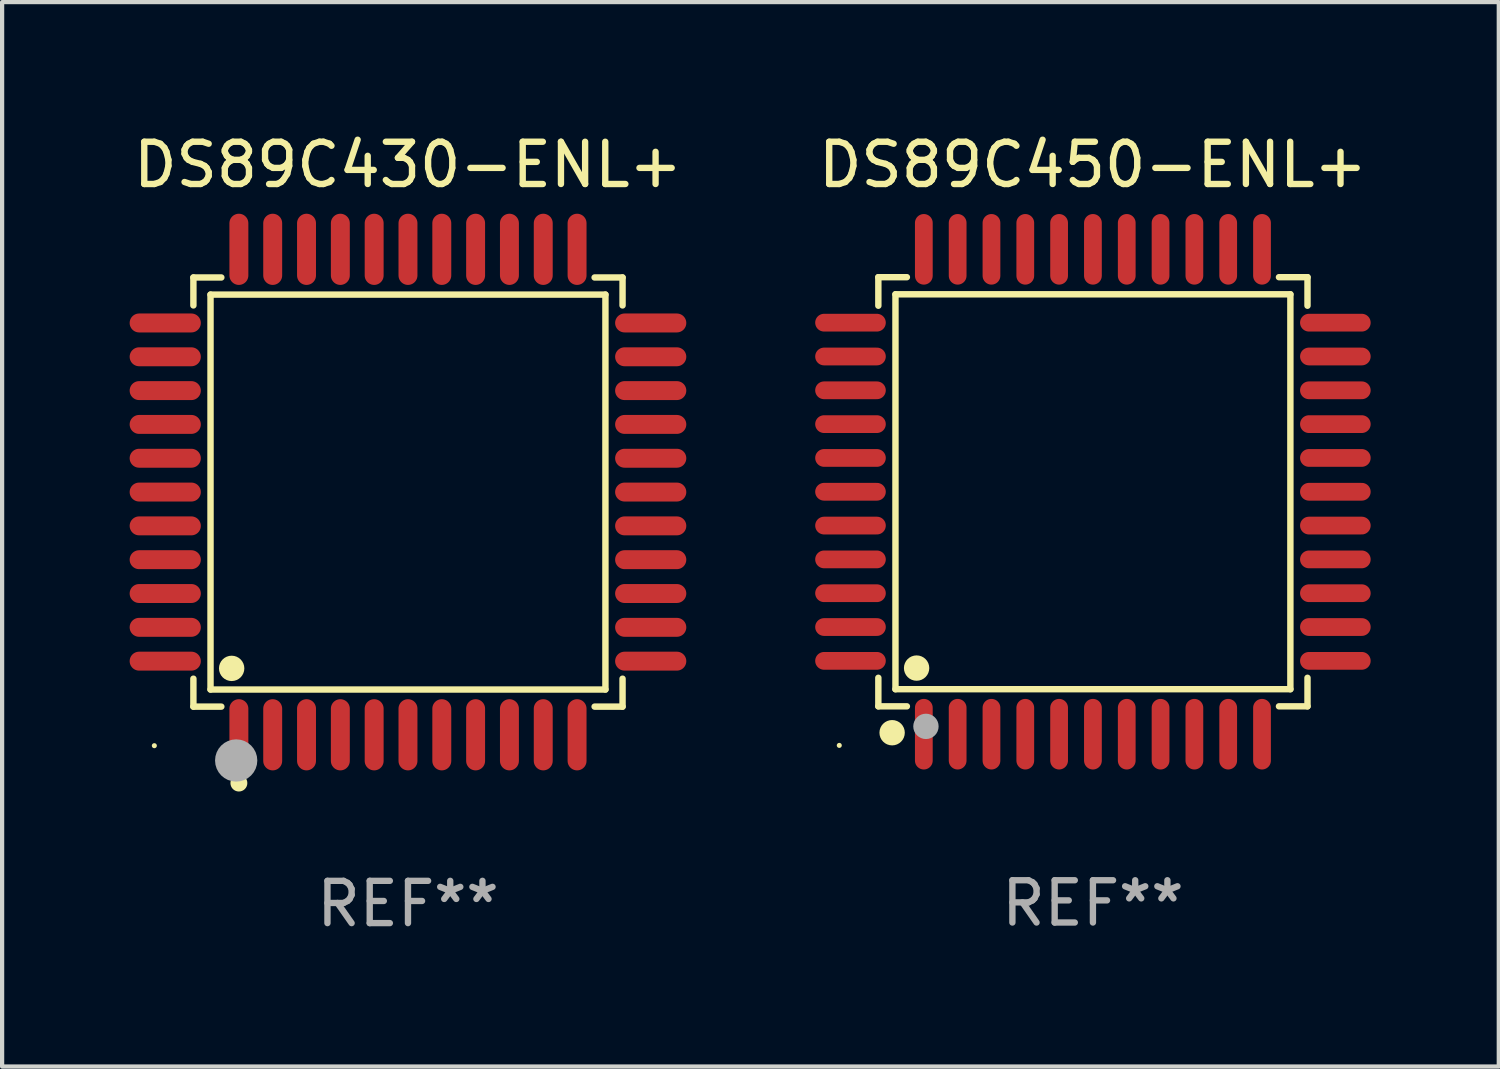
<source format=kicad_pcb>
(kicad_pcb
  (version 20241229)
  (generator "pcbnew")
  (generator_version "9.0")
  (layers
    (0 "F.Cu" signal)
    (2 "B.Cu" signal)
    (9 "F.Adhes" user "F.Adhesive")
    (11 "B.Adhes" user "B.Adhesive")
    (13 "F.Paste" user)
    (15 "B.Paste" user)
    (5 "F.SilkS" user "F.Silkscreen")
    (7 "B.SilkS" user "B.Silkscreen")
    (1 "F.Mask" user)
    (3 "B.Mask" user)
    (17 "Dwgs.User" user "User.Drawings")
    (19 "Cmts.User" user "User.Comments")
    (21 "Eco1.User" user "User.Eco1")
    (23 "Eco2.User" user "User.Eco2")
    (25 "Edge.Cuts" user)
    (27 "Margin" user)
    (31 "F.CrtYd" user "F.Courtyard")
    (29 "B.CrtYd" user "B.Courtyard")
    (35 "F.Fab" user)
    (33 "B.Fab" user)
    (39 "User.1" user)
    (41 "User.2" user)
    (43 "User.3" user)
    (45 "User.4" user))
  (footprint "DS89C430-ENL+"
    (layer "F.Cu")
    (at 6.601 8.59)
    (property "Reference" "DS89C430-ENL+" (at 0 -7.742 0) (layer "F.SilkS") (effects (font (size 1 1) (thickness 0.15))))
    (attr through_hole)
    (fp_line (start -5.076 -5.076) (end -4.415 -5.076) (stroke (width 0.152) (type solid)) (layer "F.SilkS"))
    (fp_line (start -5.076 -4.415) (end -5.076 -5.076) (stroke (width 0.152) (type solid)) (layer "F.SilkS"))
    (fp_line (start -5.076 4.415) (end -5.076 5.076) (stroke (width 0.152) (type solid)) (layer "F.SilkS"))
    (fp_line (start -5.076 5.076) (end -4.415 5.076) (stroke (width 0.152) (type solid)) (layer "F.SilkS"))
    (fp_line (start -4.671 -4.671) (end 4.671 -4.671) (stroke (width 0.152) (type solid)) (layer "F.SilkS"))
    (fp_line (start -4.671 4.671) (end -4.671 -4.671) (stroke (width 0.152) (type solid)) (layer "F.SilkS"))
    (fp_line (start 4.671 -4.671) (end 4.671 4.671) (stroke (width 0.152) (type solid)) (layer "F.SilkS"))
    (fp_line (start 4.671 4.671) (end -4.671 4.671) (stroke (width 0.152) (type solid)) (layer "F.SilkS"))
    (fp_line (start 5.076 -5.076) (end 4.415 -5.076) (stroke (width 0.152) (type solid)) (layer "F.SilkS"))
    (fp_line (start 5.076 -4.415) (end 5.076 -5.076) (stroke (width 0.152) (type solid)) (layer "F.SilkS"))
    (fp_line (start 5.076 4.415) (end 5.076 5.076) (stroke (width 0.152) (type solid)) (layer "F.SilkS"))
    (fp_line (start 5.076 5.076) (end 4.415 5.076) (stroke (width 0.152) (type solid)) (layer "F.SilkS"))
    (fp_circle (center -6 6) (end -5.97 6) (stroke (width 0.06) (type solid)) (fill no) (layer "F.SilkS"))
    (fp_circle (center -4.171 4.171) (end -4.021 4.171) (stroke (width 0.3) (type solid)) (fill no) (layer "F.SilkS"))
    (fp_circle (center -4 6.884) (end -3.9 6.884) (stroke (width 0.2) (type solid)) (fill no) (layer "F.SilkS"))
    (fp_circle (center -4.064 6.35) (end -3.814 6.35) (stroke (width 0.5) (type solid)) (fill no) (layer "F.Fab"))
    (fp_text user "REF**" (at 0 9.742 0) (layer "F.Fab") (effects (font (size 1 1) (thickness 0.15))))
    (pad "1" smd oval (at -4 5.742) (size 0.448 1.684) (layers "F.Cu" "F.Mask" "F.Paste"))
    (pad "2" smd oval (at -3.2 5.742) (size 0.448 1.684) (layers "F.Cu" "F.Mask" "F.Paste"))
    (pad "3" smd oval (at -2.4 5.742) (size 0.448 1.684) (layers "F.Cu" "F.Mask" "F.Paste"))
    (pad "4" smd oval (at -1.6 5.742) (size 0.448 1.684) (layers "F.Cu" "F.Mask" "F.Paste"))
    (pad "5" smd oval (at -0.8 5.742) (size 0.448 1.684) (layers "F.Cu" "F.Mask" "F.Paste"))
    (pad "6" smd oval (at 0 5.742) (size 0.448 1.684) (layers "F.Cu" "F.Mask" "F.Paste"))
    (pad "7" smd oval (at 0.8 5.742) (size 0.448 1.684) (layers "F.Cu" "F.Mask" "F.Paste"))
    (pad "8" smd oval (at 1.6 5.742) (size 0.448 1.684) (layers "F.Cu" "F.Mask" "F.Paste"))
    (pad "9" smd oval (at 2.4 5.742) (size 0.448 1.684) (layers "F.Cu" "F.Mask" "F.Paste"))
    (pad "10" smd oval (at 3.2 5.742) (size 0.448 1.684) (layers "F.Cu" "F.Mask" "F.Paste"))
    (pad "11" smd oval (at 4 5.742) (size 0.448 1.684) (layers "F.Cu" "F.Mask" "F.Paste"))
    (pad "12" smd oval (at 5.742 4) (size 1.684 0.448) (layers "F.Cu" "F.Mask" "F.Paste"))
    (pad "13" smd oval (at 5.742 3.2) (size 1.684 0.448) (layers "F.Cu" "F.Mask" "F.Paste"))
    (pad "14" smd oval (at 5.742 2.4) (size 1.684 0.448) (layers "F.Cu" "F.Mask" "F.Paste"))
    (pad "15" smd oval (at 5.742 1.6) (size 1.684 0.448) (layers "F.Cu" "F.Mask" "F.Paste"))
    (pad "16" smd oval (at 5.742 0.8) (size 1.684 0.448) (layers "F.Cu" "F.Mask" "F.Paste"))
    (pad "17" smd oval (at 5.742 0) (size 1.684 0.448) (layers "F.Cu" "F.Mask" "F.Paste"))
    (pad "18" smd oval (at 5.742 -0.8) (size 1.684 0.448) (layers "F.Cu" "F.Mask" "F.Paste"))
    (pad "19" smd oval (at 5.742 -1.6) (size 1.684 0.448) (layers "F.Cu" "F.Mask" "F.Paste"))
    (pad "20" smd oval (at 5.742 -2.4) (size 1.684 0.448) (layers "F.Cu" "F.Mask" "F.Paste"))
    (pad "21" smd oval (at 5.742 -3.2) (size 1.684 0.448) (layers "F.Cu" "F.Mask" "F.Paste"))
    (pad "22" smd oval (at 5.742 -4) (size 1.684 0.448) (layers "F.Cu" "F.Mask" "F.Paste"))
    (pad "23" smd oval (at 4 -5.742) (size 0.448 1.684) (layers "F.Cu" "F.Mask" "F.Paste"))
    (pad "24" smd oval (at 3.2 -5.742) (size 0.448 1.684) (layers "F.Cu" "F.Mask" "F.Paste"))
    (pad "25" smd oval (at 2.4 -5.742) (size 0.448 1.684) (layers "F.Cu" "F.Mask" "F.Paste"))
    (pad "26" smd oval (at 1.6 -5.742) (size 0.448 1.684) (layers "F.Cu" "F.Mask" "F.Paste"))
    (pad "27" smd oval (at 0.8 -5.742) (size 0.448 1.684) (layers "F.Cu" "F.Mask" "F.Paste"))
    (pad "28" smd oval (at 0 -5.742) (size 0.448 1.684) (layers "F.Cu" "F.Mask" "F.Paste"))
    (pad "29" smd oval (at -0.8 -5.742) (size 0.448 1.684) (layers "F.Cu" "F.Mask" "F.Paste"))
    (pad "30" smd oval (at -1.6 -5.742) (size 0.448 1.684) (layers "F.Cu" "F.Mask" "F.Paste"))
    (pad "31" smd oval (at -2.4 -5.742) (size 0.448 1.684) (layers "F.Cu" "F.Mask" "F.Paste"))
    (pad "32" smd oval (at -3.2 -5.742) (size 0.448 1.684) (layers "F.Cu" "F.Mask" "F.Paste"))
    (pad "33" smd oval (at -4 -5.742) (size 0.448 1.684) (layers "F.Cu" "F.Mask" "F.Paste"))
    (pad "34" smd oval (at -5.742 -4) (size 1.684 0.448) (layers "F.Cu" "F.Mask" "F.Paste"))
    (pad "35" smd oval (at -5.742 -3.2) (size 1.684 0.448) (layers "F.Cu" "F.Mask" "F.Paste"))
    (pad "36" smd oval (at -5.742 -2.4) (size 1.684 0.448) (layers "F.Cu" "F.Mask" "F.Paste"))
    (pad "37" smd oval (at -5.742 -1.6) (size 1.684 0.448) (layers "F.Cu" "F.Mask" "F.Paste"))
    (pad "38" smd oval (at -5.742 -0.8) (size 1.684 0.448) (layers "F.Cu" "F.Mask" "F.Paste"))
    (pad "39" smd oval (at -5.742 0) (size 1.684 0.448) (layers "F.Cu" "F.Mask" "F.Paste"))
    (pad "40" smd oval (at -5.742 0.8) (size 1.684 0.448) (layers "F.Cu" "F.Mask" "F.Paste"))
    (pad "41" smd oval (at -5.742 1.6) (size 1.684 0.448) (layers "F.Cu" "F.Mask" "F.Paste"))
    (pad "42" smd oval (at -5.742 2.4) (size 1.684 0.448) (layers "F.Cu" "F.Mask" "F.Paste"))
    (pad "43" smd oval (at -5.742 3.2) (size 1.684 0.448) (layers "F.Cu" "F.Mask" "F.Paste"))
    (pad "44" smd oval (at -5.742 4) (size 1.684 0.448) (layers "F.Cu" "F.Mask" "F.Paste")))
  (footprint "DS89C450-ENL+"
    (layer "F.Cu")
    (at 22.804 8.583)
    (property "Reference" "DS89C450-ENL+" (at 0 -7.735 0) (layer "F.SilkS") (effects (font (size 1 1) (thickness 0.15))))
    (attr through_hole)
    (fp_line (start -5.076 -5.076) (end -4.401 -5.076) (stroke (width 0.152) (type solid)) (layer "F.SilkS"))
    (fp_line (start -5.076 -4.401) (end -5.076 -5.076) (stroke (width 0.152) (type solid)) (layer "F.SilkS"))
    (fp_line (start -5.076 4.401) (end -5.076 5.076) (stroke (width 0.152) (type solid)) (layer "F.SilkS"))
    (fp_line (start -5.076 5.076) (end -4.401 5.076) (stroke (width 0.152) (type solid)) (layer "F.SilkS"))
    (fp_line (start -4.671 -4.671) (end 4.671 -4.671) (stroke (width 0.152) (type solid)) (layer "F.SilkS"))
    (fp_line (start -4.671 4.671) (end -4.671 -4.671) (stroke (width 0.152) (type solid)) (layer "F.SilkS"))
    (fp_line (start 4.671 -4.671) (end 4.671 4.671) (stroke (width 0.152) (type solid)) (layer "F.SilkS"))
    (fp_line (start 4.671 4.671) (end -4.671 4.671) (stroke (width 0.152) (type solid)) (layer "F.SilkS"))
    (fp_line (start 5.076 -5.076) (end 4.401 -5.076) (stroke (width 0.152) (type solid)) (layer "F.SilkS"))
    (fp_line (start 5.076 -4.401) (end 5.076 -5.076) (stroke (width 0.152) (type solid)) (layer "F.SilkS"))
    (fp_line (start 5.076 4.401) (end 5.076 5.076) (stroke (width 0.152) (type solid)) (layer "F.SilkS"))
    (fp_line (start 5.076 5.076) (end 4.401 5.076) (stroke (width 0.152) (type solid)) (layer "F.SilkS"))
    (fp_circle (center -6 6) (end -5.97 6) (stroke (width 0.06) (type solid)) (fill no) (layer "F.SilkS"))
    (fp_circle (center -4.75 5.7) (end -4.6 5.7) (stroke (width 0.3) (type solid)) (fill no) (layer "F.SilkS"))
    (fp_circle (center -4.171 4.171) (end -4.021 4.171) (stroke (width 0.3) (type solid)) (fill no) (layer "F.SilkS"))
    (fp_circle (center -3.95 5.55) (end -3.8 5.55) (stroke (width 0.3) (type solid)) (fill no) (layer "F.Fab"))
    (fp_text user "REF**" (at 0 9.735 0) (layer "F.Fab") (effects (font (size 1 1) (thickness 0.15))))
    (pad "1" smd oval (at -4 5.735) (size 0.42 1.67) (layers "F.Cu" "F.Mask" "F.Paste"))
    (pad "2" smd oval (at -3.2 5.735) (size 0.42 1.67) (layers "F.Cu" "F.Mask" "F.Paste"))
    (pad "3" smd oval (at -2.4 5.735) (size 0.42 1.67) (layers "F.Cu" "F.Mask" "F.Paste"))
    (pad "4" smd oval (at -1.6 5.735) (size 0.42 1.67) (layers "F.Cu" "F.Mask" "F.Paste"))
    (pad "5" smd oval (at -0.8 5.735) (size 0.42 1.67) (layers "F.Cu" "F.Mask" "F.Paste"))
    (pad "6" smd oval (at 0 5.735) (size 0.42 1.67) (layers "F.Cu" "F.Mask" "F.Paste"))
    (pad "7" smd oval (at 0.8 5.735) (size 0.42 1.67) (layers "F.Cu" "F.Mask" "F.Paste"))
    (pad "8" smd oval (at 1.6 5.735) (size 0.42 1.67) (layers "F.Cu" "F.Mask" "F.Paste"))
    (pad "9" smd oval (at 2.4 5.735) (size 0.42 1.67) (layers "F.Cu" "F.Mask" "F.Paste"))
    (pad "10" smd oval (at 3.2 5.735) (size 0.42 1.67) (layers "F.Cu" "F.Mask" "F.Paste"))
    (pad "11" smd oval (at 4 5.735) (size 0.42 1.67) (layers "F.Cu" "F.Mask" "F.Paste"))
    (pad "12" smd oval (at 5.735 4) (size 1.67 0.42) (layers "F.Cu" "F.Mask" "F.Paste"))
    (pad "13" smd oval (at 5.735 3.2) (size 1.67 0.42) (layers "F.Cu" "F.Mask" "F.Paste"))
    (pad "14" smd oval (at 5.735 2.4) (size 1.67 0.42) (layers "F.Cu" "F.Mask" "F.Paste"))
    (pad "15" smd oval (at 5.735 1.6) (size 1.67 0.42) (layers "F.Cu" "F.Mask" "F.Paste"))
    (pad "16" smd oval (at 5.735 0.8) (size 1.67 0.42) (layers "F.Cu" "F.Mask" "F.Paste"))
    (pad "17" smd oval (at 5.735 0) (size 1.67 0.42) (layers "F.Cu" "F.Mask" "F.Paste"))
    (pad "18" smd oval (at 5.735 -0.8) (size 1.67 0.42) (layers "F.Cu" "F.Mask" "F.Paste"))
    (pad "19" smd oval (at 5.735 -1.6) (size 1.67 0.42) (layers "F.Cu" "F.Mask" "F.Paste"))
    (pad "20" smd oval (at 5.735 -2.4) (size 1.67 0.42) (layers "F.Cu" "F.Mask" "F.Paste"))
    (pad "21" smd oval (at 5.735 -3.2) (size 1.67 0.42) (layers "F.Cu" "F.Mask" "F.Paste"))
    (pad "22" smd oval (at 5.735 -4) (size 1.67 0.42) (layers "F.Cu" "F.Mask" "F.Paste"))
    (pad "23" smd oval (at 4 -5.735) (size 0.42 1.67) (layers "F.Cu" "F.Mask" "F.Paste"))
    (pad "24" smd oval (at 3.2 -5.735) (size 0.42 1.67) (layers "F.Cu" "F.Mask" "F.Paste"))
    (pad "25" smd oval (at 2.4 -5.735) (size 0.42 1.67) (layers "F.Cu" "F.Mask" "F.Paste"))
    (pad "26" smd oval (at 1.6 -5.735) (size 0.42 1.67) (layers "F.Cu" "F.Mask" "F.Paste"))
    (pad "27" smd oval (at 0.8 -5.735) (size 0.42 1.67) (layers "F.Cu" "F.Mask" "F.Paste"))
    (pad "28" smd oval (at 0 -5.735) (size 0.42 1.67) (layers "F.Cu" "F.Mask" "F.Paste"))
    (pad "29" smd oval (at -0.8 -5.735) (size 0.42 1.67) (layers "F.Cu" "F.Mask" "F.Paste"))
    (pad "30" smd oval (at -1.6 -5.735) (size 0.42 1.67) (layers "F.Cu" "F.Mask" "F.Paste"))
    (pad "31" smd oval (at -2.4 -5.735) (size 0.42 1.67) (layers "F.Cu" "F.Mask" "F.Paste"))
    (pad "32" smd oval (at -3.2 -5.735) (size 0.42 1.67) (layers "F.Cu" "F.Mask" "F.Paste"))
    (pad "33" smd oval (at -4 -5.735) (size 0.42 1.67) (layers "F.Cu" "F.Mask" "F.Paste"))
    (pad "34" smd oval (at -5.735 -4) (size 1.67 0.42) (layers "F.Cu" "F.Mask" "F.Paste"))
    (pad "35" smd oval (at -5.735 -3.2) (size 1.67 0.42) (layers "F.Cu" "F.Mask" "F.Paste"))
    (pad "36" smd oval (at -5.735 -2.4) (size 1.67 0.42) (layers "F.Cu" "F.Mask" "F.Paste"))
    (pad "37" smd oval (at -5.735 -1.6) (size 1.67 0.42) (layers "F.Cu" "F.Mask" "F.Paste"))
    (pad "38" smd oval (at -5.735 -0.8) (size 1.67 0.42) (layers "F.Cu" "F.Mask" "F.Paste"))
    (pad "39" smd oval (at -5.735 0) (size 1.67 0.42) (layers "F.Cu" "F.Mask" "F.Paste"))
    (pad "40" smd oval (at -5.735 0.8) (size 1.67 0.42) (layers "F.Cu" "F.Mask" "F.Paste"))
    (pad "41" smd oval (at -5.735 1.6) (size 1.67 0.42) (layers "F.Cu" "F.Mask" "F.Paste"))
    (pad "42" smd oval (at -5.735 2.4) (size 1.67 0.42) (layers "F.Cu" "F.Mask" "F.Paste"))
    (pad "43" smd oval (at -5.735 3.2) (size 1.67 0.42) (layers "F.Cu" "F.Mask" "F.Paste"))
    (pad "44" smd oval (at -5.735 4) (size 1.67 0.42) (layers "F.Cu" "F.Mask" "F.Paste")))
  (gr_rect
    (start -3 -3)
    (end 32.405 22.18)
    (stroke (width 0.1) (type default))
    (fill no)
    (layer "Edge.Cuts")))
</source>
